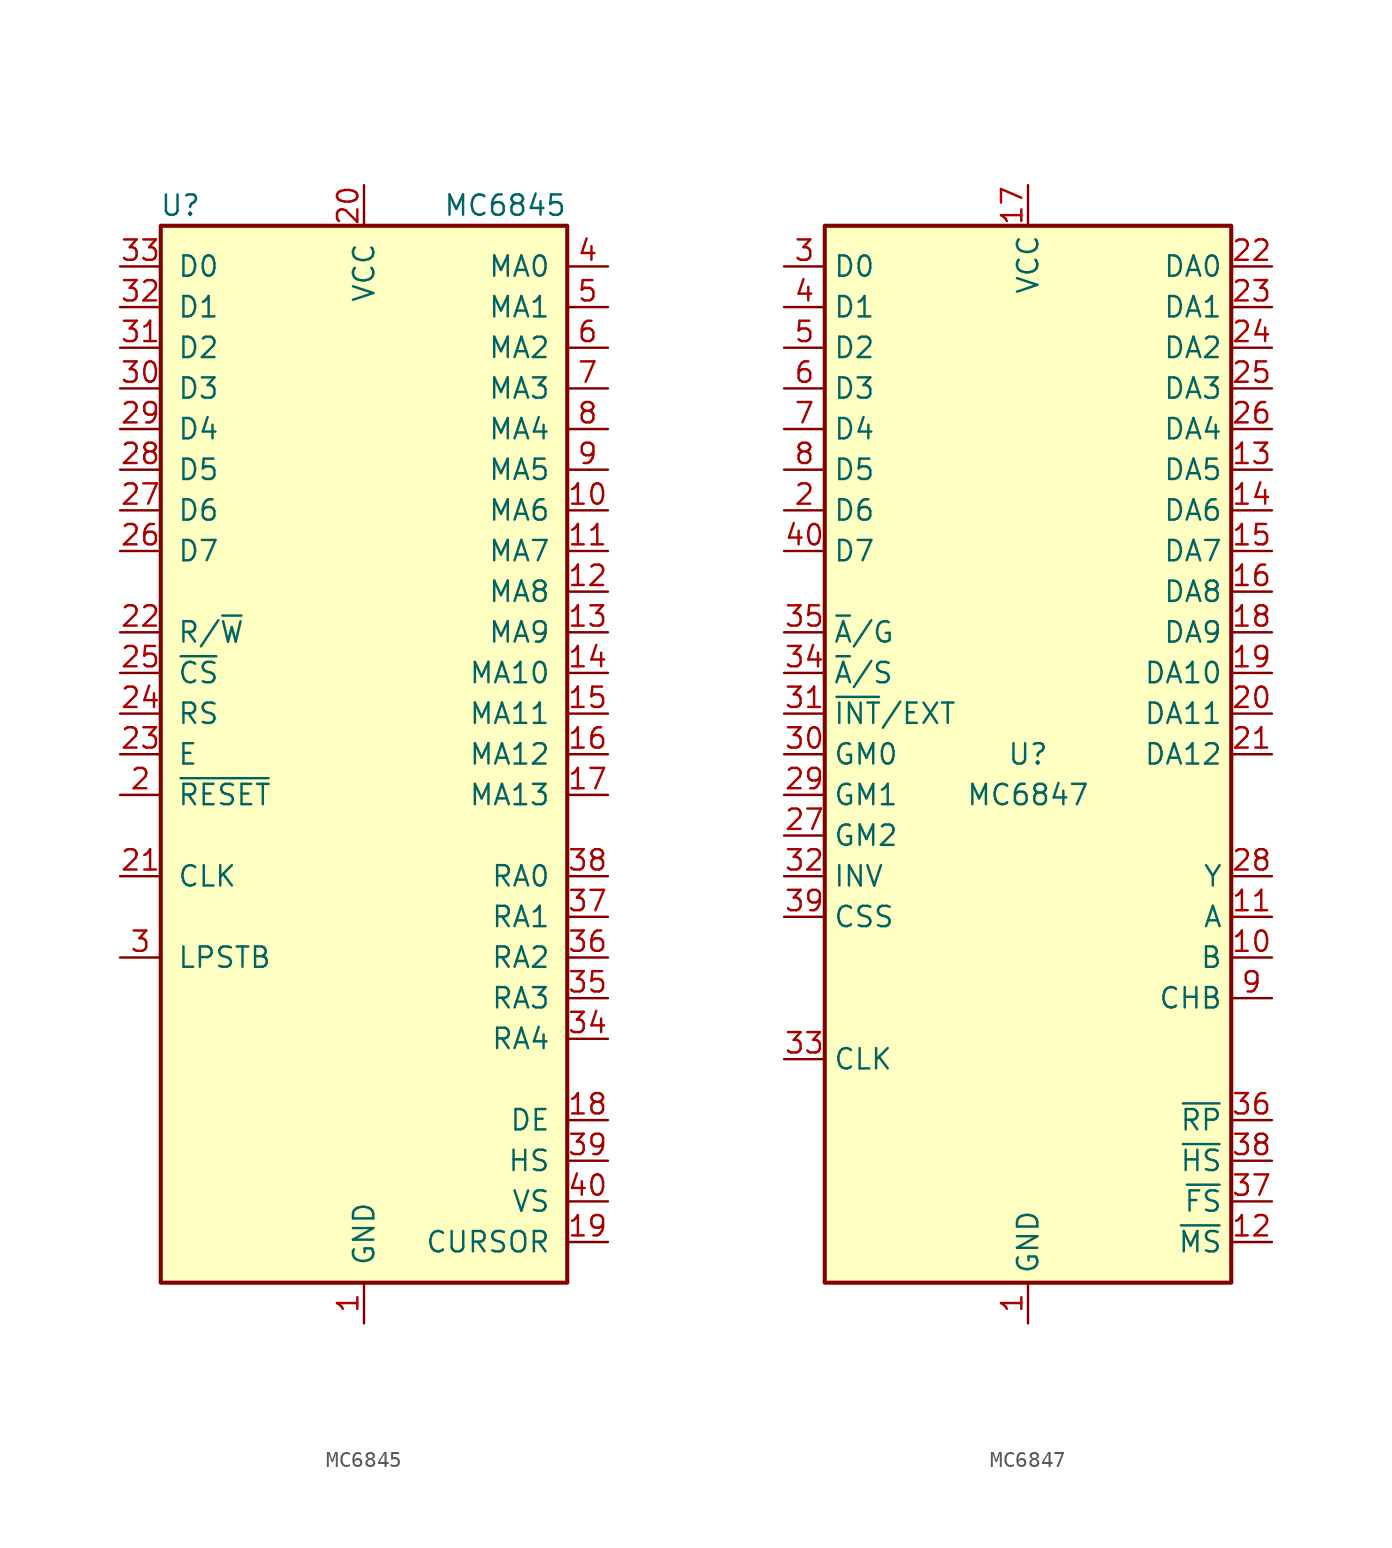
<source format=kicad_sym>
(kicad_symbol_lib
  (version 20220914)
  (generator kicad_symbol_editor)
  (symbol "MC6845"
    (pin_names
      (offset 1.016))
    (property "Reference" "U"
      (at -10.16 34.29 0)
      (effects (font (size 1.27 1.27)) (justify right)))
    (property "Value" "MC6845"
      (at 12.7 34.29 0)
      (effects (font (size 1.27 1.27)) (justify right)))
    (symbol "MC6845_0_1"
      (rectangle (start -12.7 -33.02) (end 12.7 33.02) (stroke (width 0.254) (type default)) (fill (type background))))
    (symbol "MC6845_1_1"
      (pin power_in line (at 0 -35.56 90) (length 2.54) (name "GND" (effects (font (size 1.27 1.27)))) (number "1" (effects (font (size 1.27 1.27)))))
      (pin output line (at 15.24 15.24 180) (length 2.54) (name "MA6" (effects (font (size 1.27 1.27)))) (number "10" (effects (font (size 1.27 1.27)))))
      (pin output line (at 15.24 12.7 180) (length 2.54) (name "MA7" (effects (font (size 1.27 1.27)))) (number "11" (effects (font (size 1.27 1.27)))))
      (pin output line (at 15.24 10.16 180) (length 2.54) (name "MA8" (effects (font (size 1.27 1.27)))) (number "12" (effects (font (size 1.27 1.27)))))
      (pin output line (at 15.24 7.62 180) (length 2.54) (name "MA9" (effects (font (size 1.27 1.27)))) (number "13" (effects (font (size 1.27 1.27)))))
      (pin output line (at 15.24 5.08 180) (length 2.54) (name "MA10" (effects (font (size 1.27 1.27)))) (number "14" (effects (font (size 1.27 1.27)))))
      (pin output line (at 15.24 2.54 180) (length 2.54) (name "MA11" (effects (font (size 1.27 1.27)))) (number "15" (effects (font (size 1.27 1.27)))))
      (pin output line (at 15.24 0 180) (length 2.54) (name "MA12" (effects (font (size 1.27 1.27)))) (number "16" (effects (font (size 1.27 1.27)))))
      (pin output line (at 15.24 -2.54 180) (length 2.54) (name "MA13" (effects (font (size 1.27 1.27)))) (number "17" (effects (font (size 1.27 1.27)))))
      (pin output line (at 15.24 -22.86 180) (length 2.54) (name "DE" (effects (font (size 1.27 1.27)))) (number "18" (effects (font (size 1.27 1.27)))))
      (pin output line (at 15.24 -30.48 180) (length 2.54) (name "CURSOR" (effects (font (size 1.27 1.27)))) (number "19" (effects (font (size 1.27 1.27)))))
      (pin input line (at -15.24 -2.54 0) (length 2.54) (name "~{RESET}" (effects (font (size 1.27 1.27)))) (number "2" (effects (font (size 1.27 1.27)))))
      (pin power_in line (at 0 35.56 270) (length 2.54) (name "VCC" (effects (font (size 1.27 1.27)))) (number "20" (effects (font (size 1.27 1.27)))))
      (pin input line (at -15.24 -7.62 0) (length 2.54) (name "CLK" (effects (font (size 1.27 1.27)))) (number "21" (effects (font (size 1.27 1.27)))))
      (pin input line (at -15.24 7.62 0) (length 2.54) (name "R/~{W}" (effects (font (size 1.27 1.27)))) (number "22" (effects (font (size 1.27 1.27)))))
      (pin input line (at -15.24 0 0) (length 2.54) (name "E" (effects (font (size 1.27 1.27)))) (number "23" (effects (font (size 1.27 1.27)))))
      (pin input line (at -15.24 2.54 0) (length 2.54) (name "RS" (effects (font (size 1.27 1.27)))) (number "24" (effects (font (size 1.27 1.27)))))
      (pin input line (at -15.24 5.08 0) (length 2.54) (name "~{CS}" (effects (font (size 1.27 1.27)))) (number "25" (effects (font (size 1.27 1.27)))))
      (pin bidirectional line (at -15.24 12.7 0) (length 2.54) (name "D7" (effects (font (size 1.27 1.27)))) (number "26" (effects (font (size 1.27 1.27)))))
      (pin bidirectional line (at -15.24 15.24 0) (length 2.54) (name "D6" (effects (font (size 1.27 1.27)))) (number "27" (effects (font (size 1.27 1.27)))))
      (pin bidirectional line (at -15.24 17.78 0) (length 2.54) (name "D5" (effects (font (size 1.27 1.27)))) (number "28" (effects (font (size 1.27 1.27)))))
      (pin bidirectional line (at -15.24 20.32 0) (length 2.54) (name "D4" (effects (font (size 1.27 1.27)))) (number "29" (effects (font (size 1.27 1.27)))))
      (pin input line (at -15.24 -12.7 0) (length 2.54) (name "LPSTB" (effects (font (size 1.27 1.27)))) (number "3" (effects (font (size 1.27 1.27)))))
      (pin bidirectional line (at -15.24 22.86 0) (length 2.54) (name "D3" (effects (font (size 1.27 1.27)))) (number "30" (effects (font (size 1.27 1.27)))))
      (pin bidirectional line (at -15.24 25.4 0) (length 2.54) (name "D2" (effects (font (size 1.27 1.27)))) (number "31" (effects (font (size 1.27 1.27)))))
      (pin bidirectional line (at -15.24 27.94 0) (length 2.54) (name "D1" (effects (font (size 1.27 1.27)))) (number "32" (effects (font (size 1.27 1.27)))))
      (pin bidirectional line (at -15.24 30.48 0) (length 2.54) (name "D0" (effects (font (size 1.27 1.27)))) (number "33" (effects (font (size 1.27 1.27)))))
      (pin output line (at 15.24 -17.78 180) (length 2.54) (name "RA4" (effects (font (size 1.27 1.27)))) (number "34" (effects (font (size 1.27 1.27)))))
      (pin output line (at 15.24 -15.24 180) (length 2.54) (name "RA3" (effects (font (size 1.27 1.27)))) (number "35" (effects (font (size 1.27 1.27)))))
      (pin output line (at 15.24 -12.7 180) (length 2.54) (name "RA2" (effects (font (size 1.27 1.27)))) (number "36" (effects (font (size 1.27 1.27)))))
      (pin output line (at 15.24 -10.16 180) (length 2.54) (name "RA1" (effects (font (size 1.27 1.27)))) (number "37" (effects (font (size 1.27 1.27)))))
      (pin output line (at 15.24 -7.62 180) (length 2.54) (name "RA0" (effects (font (size 1.27 1.27)))) (number "38" (effects (font (size 1.27 1.27)))))
      (pin output line (at 15.24 -25.4 180) (length 2.54) (name "HS" (effects (font (size 1.27 1.27)))) (number "39" (effects (font (size 1.27 1.27)))))
      (pin output line (at 15.24 30.48 180) (length 2.54) (name "MA0" (effects (font (size 1.27 1.27)))) (number "4" (effects (font (size 1.27 1.27)))))
      (pin output line (at 15.24 -27.94 180) (length 2.54) (name "VS" (effects (font (size 1.27 1.27)))) (number "40" (effects (font (size 1.27 1.27)))))
      (pin output line (at 15.24 27.94 180) (length 2.54) (name "MA1" (effects (font (size 1.27 1.27)))) (number "5" (effects (font (size 1.27 1.27)))))
      (pin output line (at 15.24 25.4 180) (length 2.54) (name "MA2" (effects (font (size 1.27 1.27)))) (number "6" (effects (font (size 1.27 1.27)))))
      (pin output line (at 15.24 22.86 180) (length 2.54) (name "MA3" (effects (font (size 1.27 1.27)))) (number "7" (effects (font (size 1.27 1.27)))))
      (pin output line (at 15.24 20.32 180) (length 2.54) (name "MA4" (effects (font (size 1.27 1.27)))) (number "8" (effects (font (size 1.27 1.27)))))
      (pin output line (at 15.24 17.78 180) (length 2.54) (name "MA5" (effects (font (size 1.27 1.27)))) (number "9" (effects (font (size 1.27 1.27)))))))
  (symbol "MC6847"
    (property "Reference" "U"
      (at 0 0 0)
      (effects (font (size 1.27 1.27))))
    (property "Value" "MC6847"
      (at 0 -2.54 0)
      (effects (font (size 1.27 1.27))))
    (symbol "MC6847_0_1"
      (rectangle (start -12.7 -33.02) (end 12.7 33.02) (stroke (width 0.254) (type default)) (fill (type background))))
    (symbol "MC6847_1_1"
      (pin power_in line (at 0 -35.56 90) (length 2.54) (name "GND" (effects (font (size 1.27 1.27)))) (number "1" (effects (font (size 1.27 1.27)))))
      (pin output line (at 15.24 -12.7 180) (length 2.54) (name "B" (effects (font (size 1.27 1.27)))) (number "10" (effects (font (size 1.27 1.27)))))
      (pin output line (at 15.24 -10.16 180) (length 2.54) (name "A" (effects (font (size 1.27 1.27)))) (number "11" (effects (font (size 1.27 1.27)))))
      (pin output line (at 15.24 -30.48 180) (length 2.54) (name "~{MS}" (effects (font (size 1.27 1.27)))) (number "12" (effects (font (size 1.27 1.27)))))
      (pin output line (at 15.24 17.78 180) (length 2.54) (name "DA5" (effects (font (size 1.27 1.27)))) (number "13" (effects (font (size 1.27 1.27)))))
      (pin output line (at 15.24 15.24 180) (length 2.54) (name "DA6" (effects (font (size 1.27 1.27)))) (number "14" (effects (font (size 1.27 1.27)))))
      (pin output line (at 15.24 12.7 180) (length 2.54) (name "DA7" (effects (font (size 1.27 1.27)))) (number "15" (effects (font (size 1.27 1.27)))))
      (pin output line (at 15.24 10.16 180) (length 2.54) (name "DA8" (effects (font (size 1.27 1.27)))) (number "16" (effects (font (size 1.27 1.27)))))
      (pin power_in line (at 0 35.56 270) (length 2.54) (name "VCC" (effects (font (size 1.27 1.27)))) (number "17" (effects (font (size 1.27 1.27)))))
      (pin output line (at 15.24 7.62 180) (length 2.54) (name "DA9" (effects (font (size 1.27 1.27)))) (number "18" (effects (font (size 1.27 1.27)))))
      (pin output line (at 15.24 5.08 180) (length 2.54) (name "DA10" (effects (font (size 1.27 1.27)))) (number "19" (effects (font (size 1.27 1.27)))))
      (pin bidirectional line (at -15.24 15.24 0) (length 2.54) (name "D6" (effects (font (size 1.27 1.27)))) (number "2" (effects (font (size 1.27 1.27)))))
      (pin output line (at 15.24 2.54 180) (length 2.54) (name "DA11" (effects (font (size 1.27 1.27)))) (number "20" (effects (font (size 1.27 1.27)))))
      (pin output line (at 15.24 0 180) (length 2.54) (name "DA12" (effects (font (size 1.27 1.27)))) (number "21" (effects (font (size 1.27 1.27)))))
      (pin output line (at 15.24 30.48 180) (length 2.54) (name "DA0" (effects (font (size 1.27 1.27)))) (number "22" (effects (font (size 1.27 1.27)))))
      (pin output line (at 15.24 27.94 180) (length 2.54) (name "DA1" (effects (font (size 1.27 1.27)))) (number "23" (effects (font (size 1.27 1.27)))))
      (pin output line (at 15.24 25.4 180) (length 2.54) (name "DA2" (effects (font (size 1.27 1.27)))) (number "24" (effects (font (size 1.27 1.27)))))
      (pin output line (at 15.24 22.86 180) (length 2.54) (name "DA3" (effects (font (size 1.27 1.27)))) (number "25" (effects (font (size 1.27 1.27)))))
      (pin output line (at 15.24 20.32 180) (length 2.54) (name "DA4" (effects (font (size 1.27 1.27)))) (number "26" (effects (font (size 1.27 1.27)))))
      (pin input line (at -15.24 -5.08 0) (length 2.54) (name "GM2" (effects (font (size 1.27 1.27)))) (number "27" (effects (font (size 1.27 1.27)))))
      (pin output line (at 15.24 -7.62 180) (length 2.54) (name "Y" (effects (font (size 1.27 1.27)))) (number "28" (effects (font (size 1.27 1.27)))))
      (pin input line (at -15.24 -2.54 0) (length 2.54) (name "GM1" (effects (font (size 1.27 1.27)))) (number "29" (effects (font (size 1.27 1.27)))))
      (pin bidirectional line (at -15.24 30.48 0) (length 2.54) (name "D0" (effects (font (size 1.27 1.27)))) (number "3" (effects (font (size 1.27 1.27)))))
      (pin input line (at -15.24 0 0) (length 2.54) (name "GM0" (effects (font (size 1.27 1.27)))) (number "30" (effects (font (size 1.27 1.27)))))
      (pin input line (at -15.24 2.54 0) (length 2.54) (name "~{INT}/EXT" (effects (font (size 1.27 1.27)))) (number "31" (effects (font (size 1.27 1.27)))))
      (pin input line (at -15.24 -7.62 0) (length 2.54) (name "INV" (effects (font (size 1.27 1.27)))) (number "32" (effects (font (size 1.27 1.27)))))
      (pin input line (at -15.24 -19.05 0) (length 2.54) (name "CLK" (effects (font (size 1.27 1.27)))) (number "33" (effects (font (size 1.27 1.27)))))
      (pin input line (at -15.24 5.08 0) (length 2.54) (name "~{A}/S" (effects (font (size 1.27 1.27)))) (number "34" (effects (font (size 1.27 1.27)))))
      (pin input line (at -15.24 7.62 0) (length 2.54) (name "~{A}/G" (effects (font (size 1.27 1.27)))) (number "35" (effects (font (size 1.27 1.27)))))
      (pin output line (at 15.24 -22.86 180) (length 2.54) (name "~{RP}" (effects (font (size 1.27 1.27)))) (number "36" (effects (font (size 1.27 1.27)))))
      (pin output line (at 15.24 -27.94 180) (length 2.54) (name "~{FS}" (effects (font (size 1.27 1.27)))) (number "37" (effects (font (size 1.27 1.27)))))
      (pin output line (at 15.24 -25.4 180) (length 2.54) (name "~{HS}" (effects (font (size 1.27 1.27)))) (number "38" (effects (font (size 1.27 1.27)))))
      (pin input line (at -15.24 -10.16 0) (length 2.54) (name "CSS" (effects (font (size 1.27 1.27)))) (number "39" (effects (font (size 1.27 1.27)))))
      (pin bidirectional line (at -15.24 27.94 0) (length 2.54) (name "D1" (effects (font (size 1.27 1.27)))) (number "4" (effects (font (size 1.27 1.27)))))
      (pin bidirectional line (at -15.24 12.7 0) (length 2.54) (name "D7" (effects (font (size 1.27 1.27)))) (number "40" (effects (font (size 1.27 1.27)))))
      (pin bidirectional line (at -15.24 25.4 0) (length 2.54) (name "D2" (effects (font (size 1.27 1.27)))) (number "5" (effects (font (size 1.27 1.27)))))
      (pin bidirectional line (at -15.24 22.86 0) (length 2.54) (name "D3" (effects (font (size 1.27 1.27)))) (number "6" (effects (font (size 1.27 1.27)))))
      (pin bidirectional line (at -15.24 20.32 0) (length 2.54) (name "D4" (effects (font (size 1.27 1.27)))) (number "7" (effects (font (size 1.27 1.27)))))
      (pin bidirectional line (at -15.24 17.78 0) (length 2.54) (name "D5" (effects (font (size 1.27 1.27)))) (number "8" (effects (font (size 1.27 1.27)))))
      (pin output line (at 15.24 -15.24 180) (length 2.54) (name "CHB" (effects (font (size 1.27 1.27)))) (number "9" (effects (font (size 1.27 1.27))))))))
</source>
